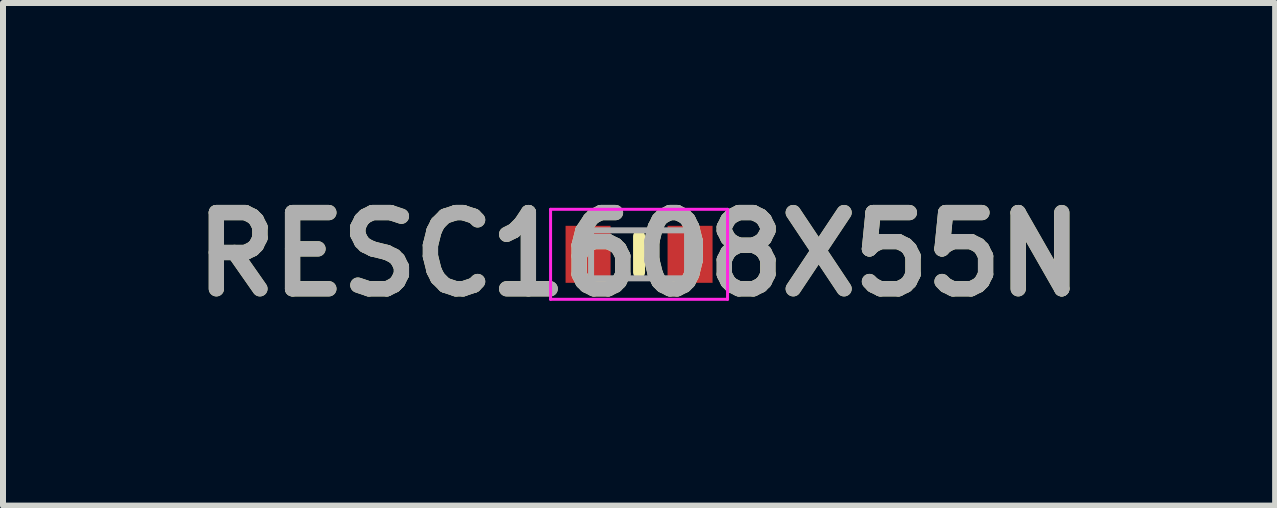
<source format=kicad_pcb>
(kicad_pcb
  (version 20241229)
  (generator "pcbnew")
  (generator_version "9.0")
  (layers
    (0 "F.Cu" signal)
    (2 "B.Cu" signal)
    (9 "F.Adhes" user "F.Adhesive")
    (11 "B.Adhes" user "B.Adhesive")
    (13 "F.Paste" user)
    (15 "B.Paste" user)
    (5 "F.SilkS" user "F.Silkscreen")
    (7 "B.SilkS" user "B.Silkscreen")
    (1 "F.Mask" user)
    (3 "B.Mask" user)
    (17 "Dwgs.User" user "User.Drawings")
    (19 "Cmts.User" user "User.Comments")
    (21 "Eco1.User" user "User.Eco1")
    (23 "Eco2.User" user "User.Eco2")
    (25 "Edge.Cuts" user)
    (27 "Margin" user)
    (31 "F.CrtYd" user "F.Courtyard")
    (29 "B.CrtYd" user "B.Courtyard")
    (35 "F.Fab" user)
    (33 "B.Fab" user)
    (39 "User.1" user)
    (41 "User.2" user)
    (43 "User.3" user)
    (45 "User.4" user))
  (footprint "RESC1608X55N"
    (layer "F.Cu")
    (at 7.602 1.189)
    (property "Reference" "RESC1608X55N" (at 0 0 0) (layer "F.SilkS") (effects (font (size 1.27 1.27) (thickness 0.254))))
    (attr smd)
    (fp_line (start 0 -0.3) (end 0 0.3) (stroke (width 0.2) (type solid)) (layer "F.SilkS"))
    (fp_line (start -1.475 -0.75) (end 1.475 -0.75) (stroke (width 0.05) (type solid)) (layer "F.CrtYd"))
    (fp_line (start -1.475 0.75) (end -1.475 -0.75) (stroke (width 0.05) (type solid)) (layer "F.CrtYd"))
    (fp_line (start 1.475 -0.75) (end 1.475 0.75) (stroke (width 0.05) (type solid)) (layer "F.CrtYd"))
    (fp_line (start 1.475 0.75) (end -1.475 0.75) (stroke (width 0.05) (type solid)) (layer "F.CrtYd"))
    (fp_line (start -0.8 -0.4) (end 0.8 -0.4) (stroke (width 0.1) (type solid)) (layer "F.Fab"))
    (fp_line (start -0.8 0.4) (end -0.8 -0.4) (stroke (width 0.1) (type solid)) (layer "F.Fab"))
    (fp_line (start 0.8 -0.4) (end 0.8 0.4) (stroke (width 0.1) (type solid)) (layer "F.Fab"))
    (fp_line (start 0.8 0.4) (end -0.8 0.4) (stroke (width 0.1) (type solid)) (layer "F.Fab"))
    (fp_text user "${REFERENCE}" (at 0 0 0) (layer "F.Fab") (effects (font (size 1.27 1.27) (thickness 0.254))))
    (pad "1" smd rect (at -0.85 0) (size 0.75 0.95) (layers "F.Cu" "F.Mask" "F.Paste"))
    (pad "2" smd rect (at 0.85 0) (size 0.75 0.95) (layers "F.Cu" "F.Mask" "F.Paste")))
  (gr_rect
    (start -3 -3)
    (end 18.204 5.377)
    (stroke (width 0.1) (type default))
    (fill no)
    (layer "Edge.Cuts")))
</source>
